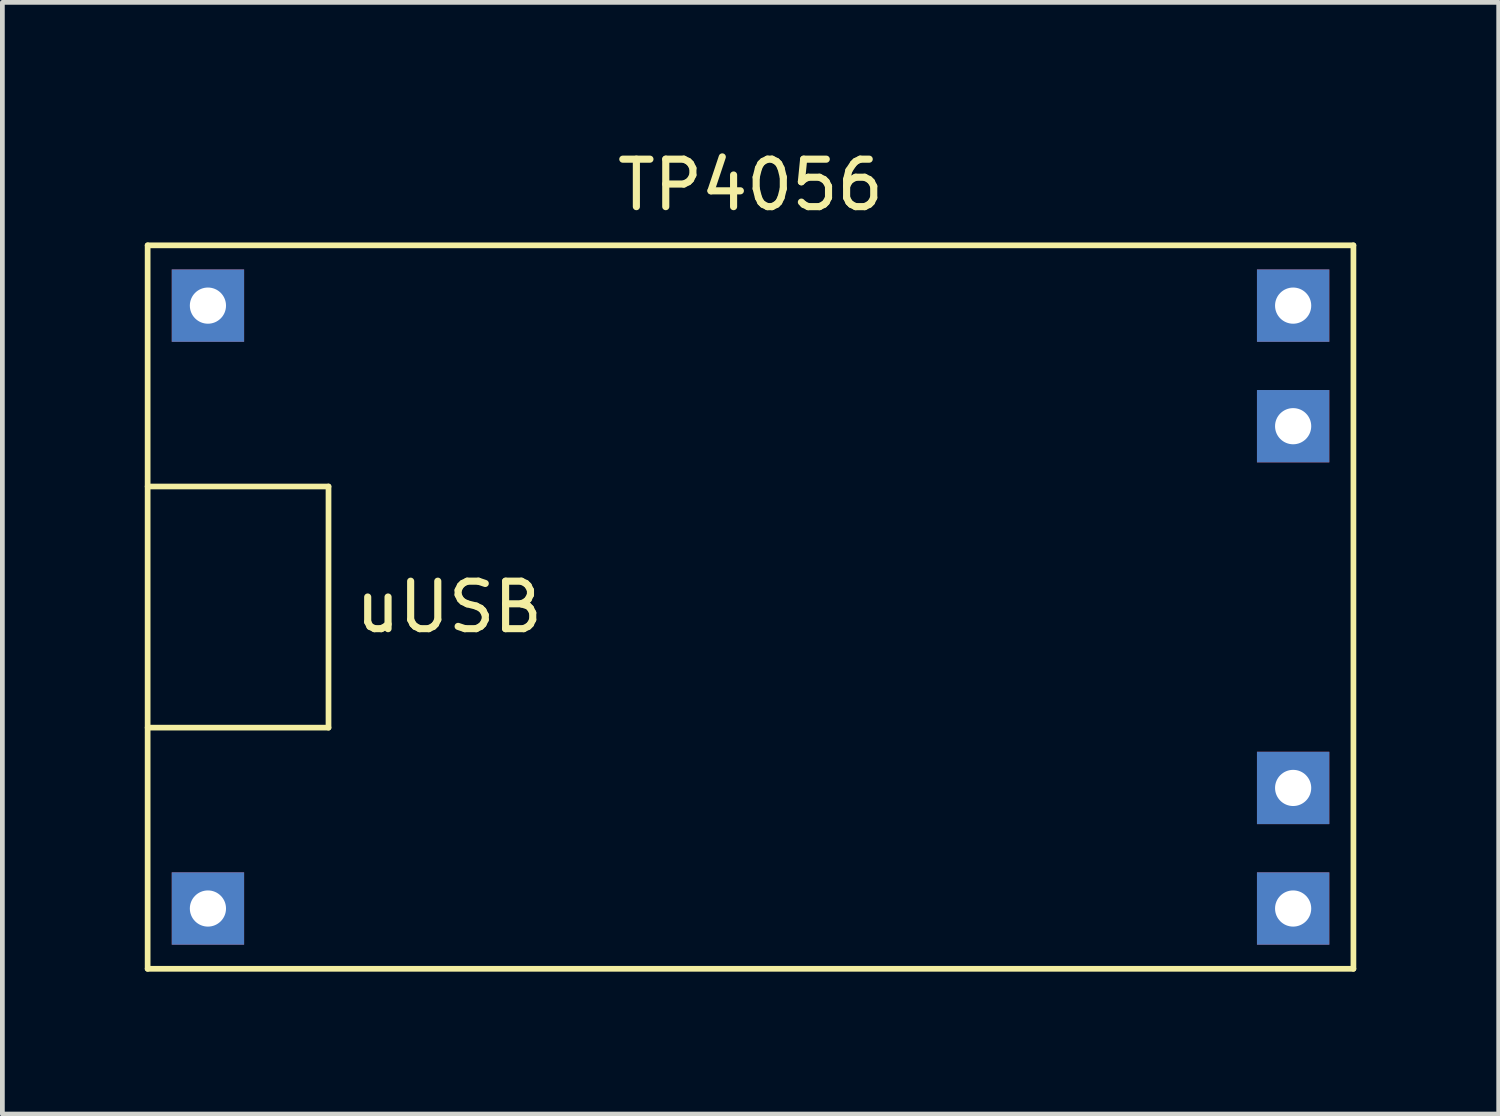
<source format=kicad_pcb>
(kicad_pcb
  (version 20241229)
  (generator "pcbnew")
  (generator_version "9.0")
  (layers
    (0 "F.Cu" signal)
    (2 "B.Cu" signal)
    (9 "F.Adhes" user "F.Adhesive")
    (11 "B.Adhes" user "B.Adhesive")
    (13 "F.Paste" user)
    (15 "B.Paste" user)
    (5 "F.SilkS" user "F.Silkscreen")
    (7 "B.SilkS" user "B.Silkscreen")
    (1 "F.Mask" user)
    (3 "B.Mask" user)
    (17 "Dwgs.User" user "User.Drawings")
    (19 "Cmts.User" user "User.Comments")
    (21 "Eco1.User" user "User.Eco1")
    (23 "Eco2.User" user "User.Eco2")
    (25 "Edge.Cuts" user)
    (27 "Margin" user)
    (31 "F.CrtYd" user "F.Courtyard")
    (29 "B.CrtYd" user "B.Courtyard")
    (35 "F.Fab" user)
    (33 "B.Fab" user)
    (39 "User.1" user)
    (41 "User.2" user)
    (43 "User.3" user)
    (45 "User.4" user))
  (footprint "TP4056"
    (layer "F.Cu")
    (at 12.76 9.738)
    (property "Reference" "TP4056" (at 0 -8.89 0) (layer "F.SilkS") (effects (font (size 1 1) (thickness 0.15))))
    (attr through_hole)
    (fp_line (start -12.7 -7.62) (end 12.7 -7.62) (stroke (width 0.12) (type solid)) (layer "F.SilkS"))
    (fp_line (start -12.7 -2.54) (end -8.89 -2.54) (stroke (width 0.12) (type solid)) (layer "F.SilkS"))
    (fp_line (start -12.7 7.62) (end -12.7 -7.62) (stroke (width 0.12) (type solid)) (layer "F.SilkS"))
    (fp_line (start -8.89 -2.54) (end -8.89 2.54) (stroke (width 0.12) (type solid)) (layer "F.SilkS"))
    (fp_line (start -8.89 2.54) (end -12.7 2.54) (stroke (width 0.12) (type solid)) (layer "F.SilkS"))
    (fp_line (start 12.7 -7.62) (end 12.7 7.62) (stroke (width 0.12) (type solid)) (layer "F.SilkS"))
    (fp_line (start 12.7 7.62) (end -12.7 7.62) (stroke (width 0.12) (type solid)) (layer "F.SilkS"))
    (fp_text user "uUSB" (at -6.35 0 0) (layer "F.SilkS") (effects (font (size 1 1) (thickness 0.15))))
    (pad "1" thru_hole rect (at -11.43 -6.35) (size 1.524 1.524) (drill 0.762) (layers "*.Cu" "*.Mask"))
    (pad "2" thru_hole rect (at -11.43 6.35) (size 1.524 1.524) (drill 0.762) (layers "*.Cu" "*.Mask"))
    (pad "3" thru_hole rect (at 11.43 -6.35) (size 1.524 1.524) (drill 0.762) (layers "*.Cu" "*.Mask"))
    (pad "4" thru_hole rect (at 11.43 -3.81) (size 1.524 1.524) (drill 0.762) (layers "*.Cu" "*.Mask"))
    (pad "5" thru_hole rect (at 11.43 6.35) (size 1.524 1.524) (drill 0.762) (layers "*.Cu" "*.Mask"))
    (pad "6" thru_hole rect (at 11.43 3.81) (size 1.524 1.524) (drill 0.762) (layers "*.Cu" "*.Mask")))
  (gr_rect
    (start -3 -3)
    (end 28.52 20.418)
    (stroke (width 0.1) (type default))
    (fill no)
    (layer "Edge.Cuts")))
</source>
